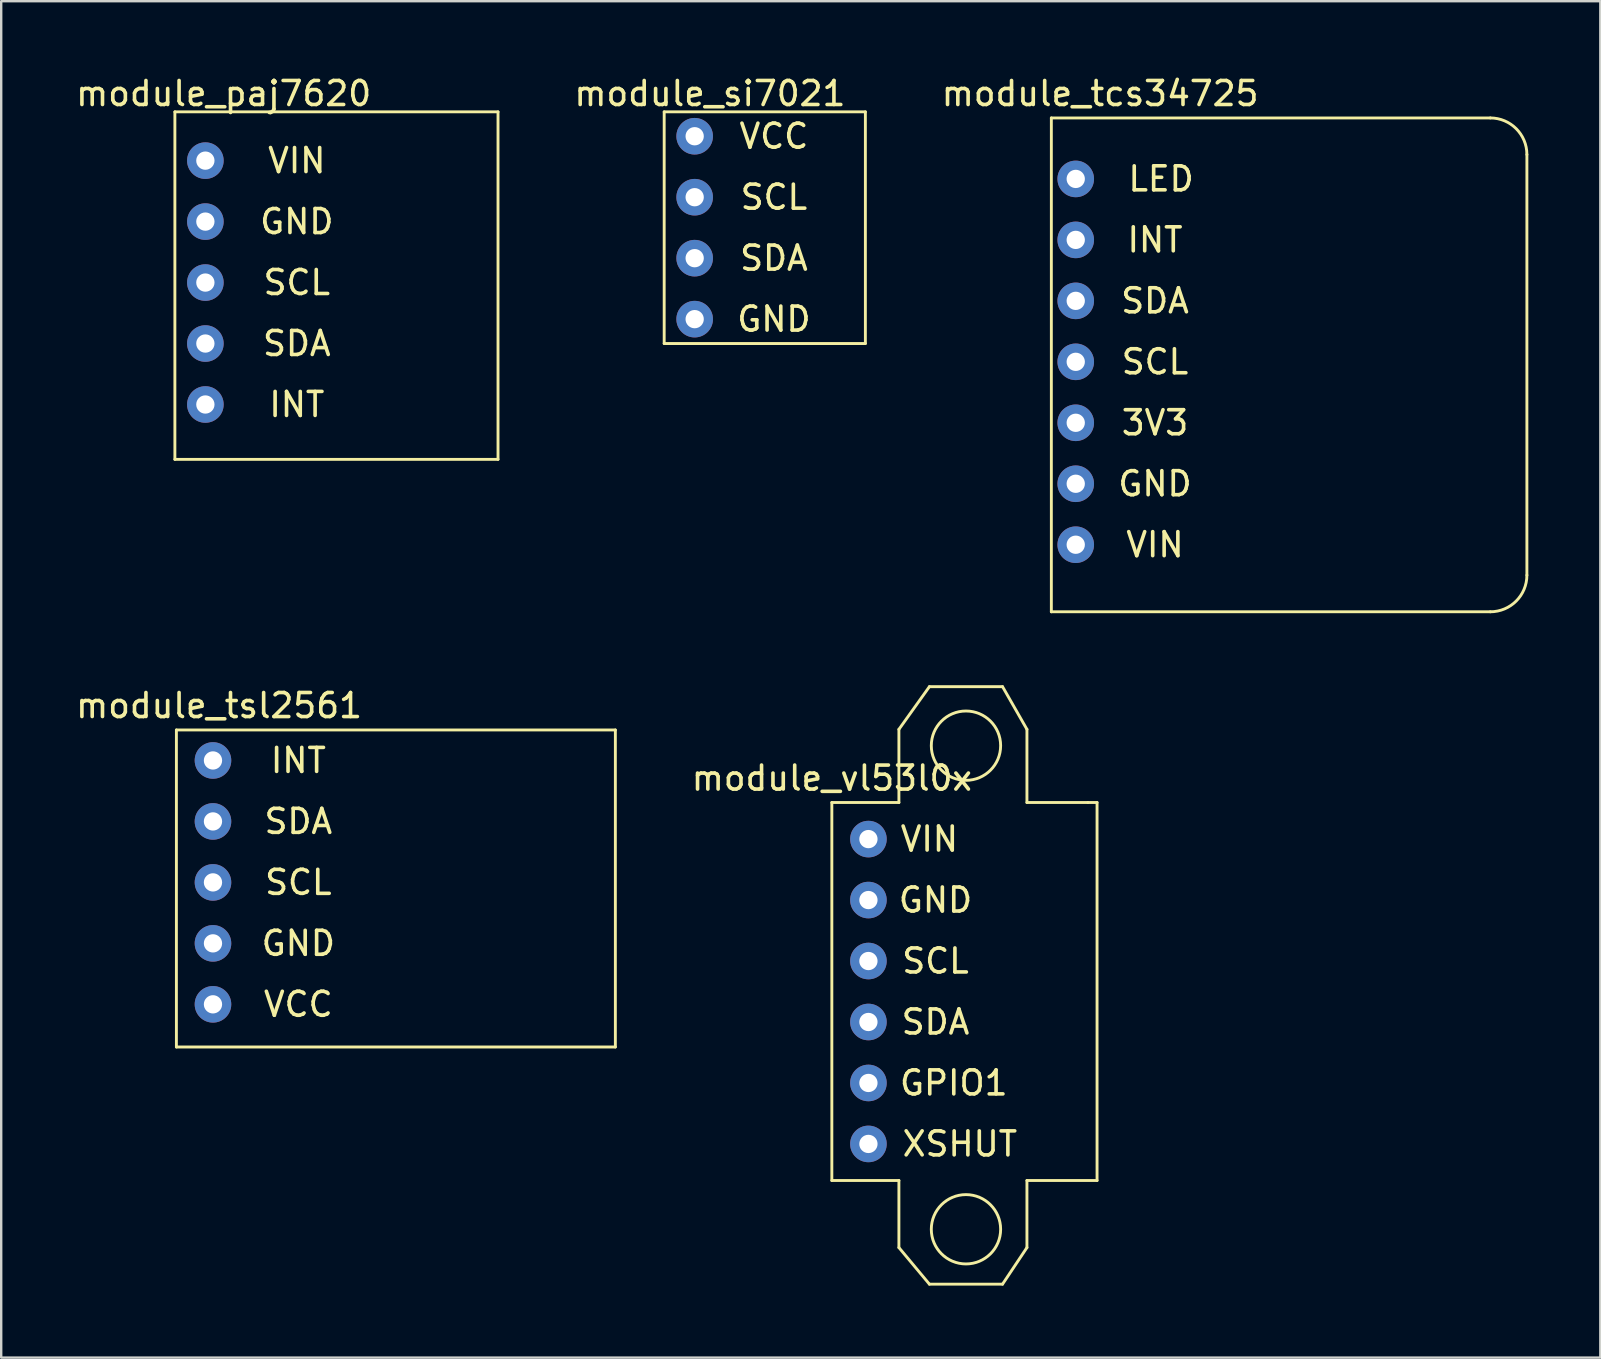
<source format=kicad_pcb>
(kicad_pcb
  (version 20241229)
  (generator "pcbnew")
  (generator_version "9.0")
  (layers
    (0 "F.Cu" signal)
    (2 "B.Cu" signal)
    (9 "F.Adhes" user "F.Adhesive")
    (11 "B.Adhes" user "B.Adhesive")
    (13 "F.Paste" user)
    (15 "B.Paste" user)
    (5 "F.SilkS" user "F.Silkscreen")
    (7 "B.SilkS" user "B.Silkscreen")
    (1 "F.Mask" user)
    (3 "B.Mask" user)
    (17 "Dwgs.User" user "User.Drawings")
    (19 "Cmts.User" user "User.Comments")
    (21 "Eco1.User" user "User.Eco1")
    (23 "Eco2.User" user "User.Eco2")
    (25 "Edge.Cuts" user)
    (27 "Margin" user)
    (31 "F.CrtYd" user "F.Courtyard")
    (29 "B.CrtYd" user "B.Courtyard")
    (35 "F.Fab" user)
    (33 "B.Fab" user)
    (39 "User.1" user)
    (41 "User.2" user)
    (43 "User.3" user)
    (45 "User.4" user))
  (footprint "module_paj7620"
    (layer "F.Cu")
    (at 5.506 16.342)
    (property "Reference" "module_paj7620" (at 0.762 -15.494 0) (layer "F.SilkS") (effects (font (size 1 1) (thickness 0.15))))
    (attr through_hole)
    (fp_line (start -1.27 -14.732) (end 12.192 -14.732) (stroke (width 0.12) (type solid)) (layer "F.SilkS"))
    (fp_line (start -1.27 -0.254) (end -1.27 -14.732) (stroke (width 0.12) (type solid)) (layer "F.SilkS"))
    (fp_line (start 12.192 -14.732) (end 12.192 -0.254) (stroke (width 0.12) (type solid)) (layer "F.SilkS"))
    (fp_line (start 12.192 -0.254) (end -1.27 -0.254) (stroke (width 0.12) (type solid)) (layer "F.SilkS"))
    (fp_text user "INT" (at 3.81 -2.54 0) (layer "F.SilkS") (effects (font (size 1 1) (thickness 0.15))))
    (fp_text user "VIN" (at 3.81 -12.7 0) (layer "F.SilkS") (effects (font (size 1 1) (thickness 0.15))))
    (fp_text user "SDA" (at 3.81 -5.08 0) (layer "F.SilkS") (effects (font (size 1 1) (thickness 0.15))))
    (fp_text user "SCL" (at 3.81 -7.62 0) (layer "F.SilkS") (effects (font (size 1 1) (thickness 0.15))))
    (fp_text user "GND" (at 3.81 -10.16 0) (layer "F.SilkS") (effects (font (size 1 1) (thickness 0.15))))
    (pad "1" thru_hole circle (at 0 -12.7) (size 1.524 1.524) (drill 0.762) (layers "*.Cu" "*.Mask"))
    (pad "2" thru_hole circle (at 0 -10.16) (size 1.524 1.524) (drill 0.762) (layers "*.Cu" "*.Mask"))
    (pad "3" thru_hole circle (at 0 -7.62) (size 1.524 1.524) (drill 0.762) (layers "*.Cu" "*.Mask"))
    (pad "4" thru_hole circle (at 0 -5.08) (size 1.524 1.524) (drill 0.762) (layers "*.Cu" "*.Mask"))
    (pad "5" thru_hole circle (at 0 -2.54) (size 1.524 1.524) (drill 0.762) (layers "*.Cu" "*.Mask")))
  (footprint "module_tsl2561"
    (layer "F.Cu")
    (at 5.823 38.792)
    (property "Reference" "module_tsl2561" (at 0.254 -12.446 0) (layer "F.SilkS") (effects (font (size 1 1) (thickness 0.15))))
    (attr through_hole)
    (fp_line (start -1.524 -11.43) (end 16.764 -11.43) (stroke (width 0.12) (type solid)) (layer "F.SilkS"))
    (fp_line (start -1.524 1.778) (end -1.524 -11.43) (stroke (width 0.12) (type solid)) (layer "F.SilkS"))
    (fp_line (start 16.764 -11.43) (end 16.764 1.778) (stroke (width 0.12) (type solid)) (layer "F.SilkS"))
    (fp_line (start 16.764 1.778) (end -1.524 1.778) (stroke (width 0.12) (type solid)) (layer "F.SilkS"))
    (fp_text user "SCL" (at 3.556 -5.08 0) (layer "F.SilkS") (effects (font (size 1 1) (thickness 0.15))))
    (fp_text user "INT" (at 3.556 -10.16 0) (layer "F.SilkS") (effects (font (size 1 1) (thickness 0.15))))
    (fp_text user "GND" (at 3.556 -2.54 0) (layer "F.SilkS") (effects (font (size 1 1) (thickness 0.15))))
    (fp_text user "VCC" (at 3.556 0 0) (layer "F.SilkS") (effects (font (size 1 1) (thickness 0.15))))
    (fp_text user "SDA" (at 3.556 -7.62 0) (layer "F.SilkS") (effects (font (size 1 1) (thickness 0.15))))
    (pad "1" thru_hole circle (at 0 -10.16) (size 1.524 1.524) (drill 0.762) (layers "*.Cu" "*.Mask"))
    (pad "2" thru_hole circle (at 0 -7.62) (size 1.524 1.524) (drill 0.762) (layers "*.Cu" "*.Mask"))
    (pad "3" thru_hole circle (at 0 -5.08) (size 1.524 1.524) (drill 0.762) (layers "*.Cu" "*.Mask"))
    (pad "4" thru_hole circle (at 0 -2.54) (size 1.524 1.524) (drill 0.762) (layers "*.Cu" "*.Mask"))
    (pad "5" thru_hole circle (at 0 0) (size 1.524 1.524) (drill 0.762) (layers "*.Cu" "*.Mask")))
  (footprint "module_si7021"
    (layer "F.Cu")
    (at 25.891 10.246)
    (property "Reference" "module_si7021" (at 0.635 -9.398 0) (layer "F.SilkS") (effects (font (size 1 1) (thickness 0.15))))
    (attr through_hole)
    (fp_line (start -1.27 -8.636) (end 7.112 -8.636) (stroke (width 0.12) (type solid)) (layer "F.SilkS"))
    (fp_line (start -1.27 1.016) (end -1.27 -8.636) (stroke (width 0.12) (type solid)) (layer "F.SilkS"))
    (fp_line (start 7.112 -8.636) (end 7.112 1.016) (stroke (width 0.12) (type solid)) (layer "F.SilkS"))
    (fp_line (start 7.112 1.016) (end -1.27 1.016) (stroke (width 0.12) (type solid)) (layer "F.SilkS"))
    (fp_text user "SCL" (at 3.302 -5.08 0) (layer "F.SilkS") (effects (font (size 1 1) (thickness 0.15))))
    (fp_text user "SDA" (at 3.302 -2.54 0) (layer "F.SilkS") (effects (font (size 1 1) (thickness 0.15))))
    (fp_text user "VCC" (at 3.302 -7.62 0) (layer "F.SilkS") (effects (font (size 1 1) (thickness 0.15))))
    (fp_text user "GND" (at 3.302 0 0) (layer "F.SilkS") (effects (font (size 1 1) (thickness 0.15))))
    (pad "1" thru_hole circle (at 0 -7.62) (size 1.524 1.524) (drill 0.762) (layers "*.Cu" "*.Mask"))
    (pad "2" thru_hole circle (at 0 -5.08) (size 1.524 1.524) (drill 0.762) (layers "*.Cu" "*.Mask"))
    (pad "3" thru_hole circle (at 0 -2.54) (size 1.524 1.524) (drill 0.762) (layers "*.Cu" "*.Mask"))
    (pad "4" thru_hole circle (at 0 0) (size 1.524 1.524) (drill 0.762) (layers "*.Cu" "*.Mask")))
  (footprint "module_vl53l0x"
    (layer "F.Cu")
    (at 33.13 47.148)
    (property "Reference" "module_vl53l0x" (at -1.524 -17.78 0) (layer "F.SilkS") (effects (font (size 1 1) (thickness 0.15))))
    (attr through_hole)
    (fp_line (start -1.524 -16.764) (end 1.27 -16.764) (stroke (width 0.12) (type solid)) (layer "F.SilkS"))
    (fp_line (start -1.524 -1.016) (end -1.524 -16.764) (stroke (width 0.12) (type solid)) (layer "F.SilkS"))
    (fp_line (start 1.27 -19.812) (end 1.27 -16.764) (stroke (width 0.12) (type solid)) (layer "F.SilkS"))
    (fp_line (start 1.27 -1.016) (end -1.524 -1.016) (stroke (width 0.12) (type solid)) (layer "F.SilkS"))
    (fp_line (start 1.27 -1.016) (end 1.27 1.778) (stroke (width 0.12) (type solid)) (layer "F.SilkS"))
    (fp_line (start 1.27 1.778) (end 2.54 3.302) (stroke (width 0.12) (type solid)) (layer "F.SilkS"))
    (fp_line (start 2.54 -21.59) (end 1.27 -19.812) (stroke (width 0.12) (type solid)) (layer "F.SilkS"))
    (fp_line (start 2.54 3.302) (end 5.588 3.302) (stroke (width 0.12) (type solid)) (layer "F.SilkS"))
    (fp_line (start 5.588 -21.59) (end 2.54 -21.59) (stroke (width 0.12) (type solid)) (layer "F.SilkS"))
    (fp_line (start 5.588 3.302) (end 6.604 1.778) (stroke (width 0.12) (type solid)) (layer "F.SilkS"))
    (fp_line (start 6.604 -19.812) (end 5.588 -21.59) (stroke (width 0.12) (type solid)) (layer "F.SilkS"))
    (fp_line (start 6.604 -16.764) (end 6.604 -19.812) (stroke (width 0.12) (type solid)) (layer "F.SilkS"))
    (fp_line (start 6.604 -16.764) (end 9.144 -16.764) (stroke (width 0.12) (type solid)) (layer "F.SilkS"))
    (fp_line (start 6.604 -1.016) (end 9.525 -1.016) (stroke (width 0.12) (type solid)) (layer "F.SilkS"))
    (fp_line (start 6.604 1.778) (end 6.604 -1.016) (stroke (width 0.12) (type solid)) (layer "F.SilkS"))
    (fp_line (start 9.144 -16.764) (end 9.525 -16.764) (stroke (width 0.12) (type solid)) (layer "F.SilkS"))
    (fp_line (start 9.525 -16.764) (end 9.525 -1.016) (stroke (width 0.12) (type solid)) (layer "F.SilkS"))
    (fp_circle (center 4.064 -19.132) (end 4.572 -17.78) (stroke (width 0.12) (type solid)) (fill no) (layer "F.SilkS"))
    (fp_circle (center 4.064 1.016) (end 4.572 2.368) (stroke (width 0.12) (type solid)) (fill no) (layer "F.SilkS"))
    (fp_text user "VIN" (at 2.54 -15.24 0) (layer "F.SilkS") (effects (font (size 1 1) (thickness 0.15))))
    (fp_text user "GND" (at 2.794 -12.7 0) (layer "F.SilkS") (effects (font (size 1 1) (thickness 0.15))))
    (fp_text user "SCL" (at 2.794 -10.16 0) (layer "F.SilkS") (effects (font (size 1 1) (thickness 0.15))))
    (fp_text user "GPIO1" (at 3.556 -5.08 0) (layer "F.SilkS") (effects (font (size 1 1) (thickness 0.15))))
    (fp_text user "XSHUT" (at 3.81 -2.54 0) (layer "F.SilkS") (effects (font (size 1 1) (thickness 0.15))))
    (fp_text user "SDA" (at 2.794 -7.62 0) (layer "F.SilkS") (effects (font (size 1 1) (thickness 0.15))))
    (pad "1" thru_hole circle (at 0 -15.24) (size 1.524 1.524) (drill 0.762) (layers "*.Cu" "*.Mask"))
    (pad "2" thru_hole circle (at 0 -12.7) (size 1.524 1.524) (drill 0.762) (layers "*.Cu" "*.Mask"))
    (pad "3" thru_hole circle (at 0 -10.16) (size 1.524 1.524) (drill 0.762) (layers "*.Cu" "*.Mask"))
    (pad "4" thru_hole circle (at 0 -7.62) (size 1.524 1.524) (drill 0.762) (layers "*.Cu" "*.Mask"))
    (pad "5" thru_hole circle (at 0 -5.08) (size 1.524 1.524) (drill 0.762) (layers "*.Cu" "*.Mask"))
    (pad "6" thru_hole circle (at 0 -2.54) (size 1.524 1.524) (drill 0.762) (layers "*.Cu" "*.Mask")))
  (footprint "module_tcs34725"
    (layer "F.Cu")
    (at 44.307 19.644)
    (property "Reference" "module_tcs34725" (at -1.524 -18.796 0) (layer "F.SilkS") (effects (font (size 1 1) (thickness 0.15))))
    (attr through_hole)
    (fp_line (start -3.556 -17.78) (end 14.732 -17.78) (stroke (width 0.12) (type solid)) (layer "F.SilkS"))
    (fp_line (start -3.556 2.794) (end -3.556 -17.78) (stroke (width 0.12) (type solid)) (layer "F.SilkS"))
    (fp_line (start 14.732 2.794) (end -3.556 2.794) (stroke (width 0.12) (type solid)) (layer "F.SilkS"))
    (fp_line (start 16.256 -16.256) (end 16.256 1.27) (stroke (width 0.12) (type solid)) (layer "F.SilkS"))
    (fp_arc (start 14.732 -17.78) (mid 15.809631 -17.333631) (end 16.256 -16.256) (stroke (width 0.12) (type solid)) (layer "F.SilkS"))
    (fp_arc (start 16.256 1.27) (mid 15.809631 2.347631) (end 14.732 2.794) (stroke (width 0.12) (type solid)) (layer "F.SilkS"))
    (fp_text user "VIN" (at 0.762 0 0) (layer "F.SilkS") (effects (font (size 1 1) (thickness 0.15))))
    (fp_text user "INT" (at 0.762 -12.7 0) (layer "F.SilkS") (effects (font (size 1 1) (thickness 0.15))))
    (fp_text user "3V3" (at 0.762 -5.08 0) (layer "F.SilkS") (effects (font (size 1 1) (thickness 0.15))))
    (fp_text user "GND" (at 0.762 -2.54 0) (layer "F.SilkS") (effects (font (size 1 1) (thickness 0.15))))
    (fp_text user "SDA" (at 0.762 -10.16 0) (layer "F.SilkS") (effects (font (size 1 1) (thickness 0.15))))
    (fp_text user "SCL" (at 0.762 -7.62 0) (layer "F.SilkS") (effects (font (size 1 1) (thickness 0.15))))
    (fp_text user "LED" (at 1.016 -15.24 0) (layer "F.SilkS") (effects (font (size 1 1) (thickness 0.15))))
    (pad "1" thru_hole circle (at -2.54 -15.24) (size 1.524 1.524) (drill 0.762) (layers "*.Cu" "*.Mask"))
    (pad "2" thru_hole circle (at -2.54 -12.7) (size 1.524 1.524) (drill 0.762) (layers "*.Cu" "*.Mask"))
    (pad "3" thru_hole circle (at -2.54 -10.16) (size 1.524 1.524) (drill 0.762) (layers "*.Cu" "*.Mask"))
    (pad "4" thru_hole circle (at -2.54 -7.62) (size 1.524 1.524) (drill 0.762) (layers "*.Cu" "*.Mask"))
    (pad "5" thru_hole circle (at -2.54 -5.08) (size 1.524 1.524) (drill 0.762) (layers "*.Cu" "*.Mask"))
    (pad "6" thru_hole circle (at -2.54 -2.54) (size 1.524 1.524) (drill 0.762) (layers "*.Cu" "*.Mask"))
    (pad "7" thru_hole circle (at -2.54 0) (size 1.524 1.524) (drill 0.762) (layers "*.Cu" "*.Mask")))
  (gr_rect
    (start -3 -3)
    (end 63.623 53.51)
    (stroke (width 0.1) (type default))
    (fill no)
    (layer "Edge.Cuts")))
</source>
